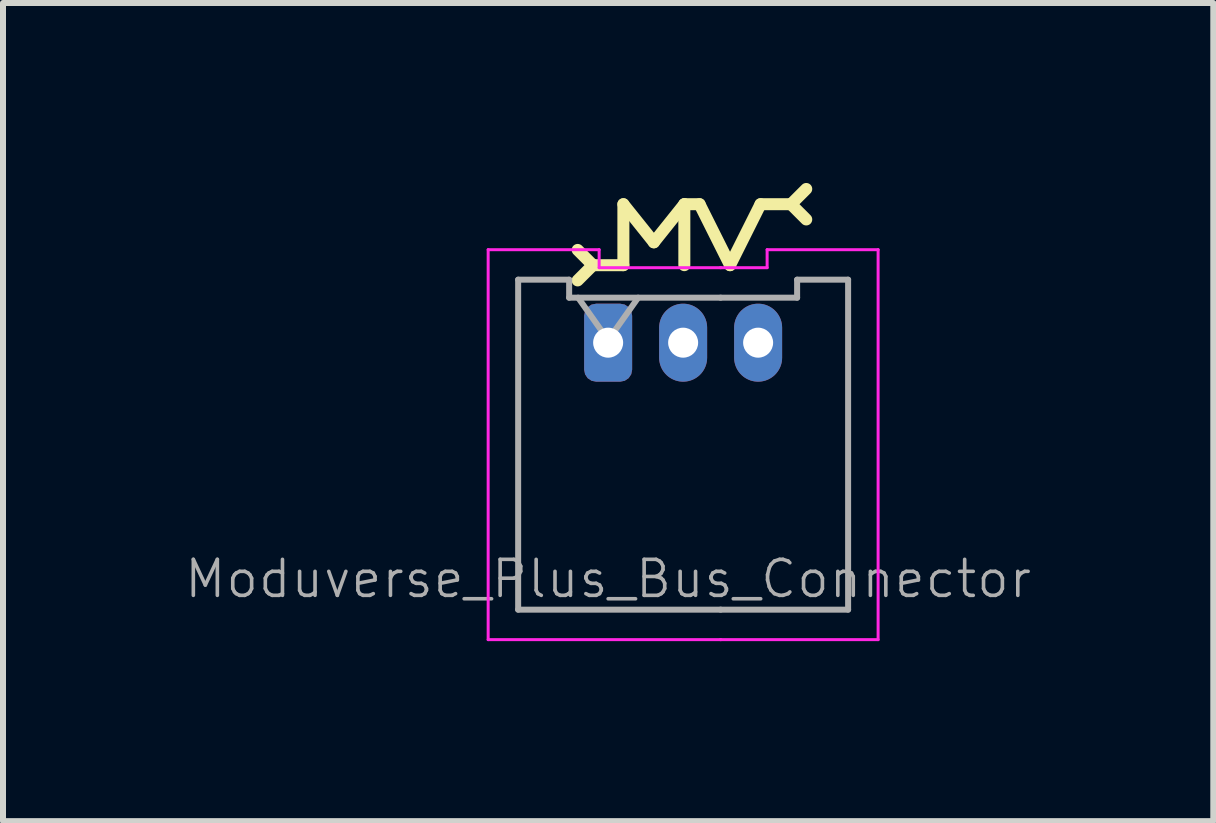
<source format=kicad_pcb>
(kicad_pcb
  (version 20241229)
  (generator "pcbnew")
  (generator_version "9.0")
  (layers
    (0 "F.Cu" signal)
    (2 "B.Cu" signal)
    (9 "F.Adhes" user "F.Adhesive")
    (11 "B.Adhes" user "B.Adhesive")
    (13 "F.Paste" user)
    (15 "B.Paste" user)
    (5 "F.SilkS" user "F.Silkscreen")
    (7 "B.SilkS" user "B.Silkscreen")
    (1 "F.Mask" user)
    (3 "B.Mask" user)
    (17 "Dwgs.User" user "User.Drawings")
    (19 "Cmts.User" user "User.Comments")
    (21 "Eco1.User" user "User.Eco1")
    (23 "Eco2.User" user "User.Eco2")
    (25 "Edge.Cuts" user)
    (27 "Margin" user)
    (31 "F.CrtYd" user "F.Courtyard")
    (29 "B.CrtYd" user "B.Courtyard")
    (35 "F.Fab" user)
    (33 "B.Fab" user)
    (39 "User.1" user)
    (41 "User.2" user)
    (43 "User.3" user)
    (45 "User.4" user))
  (footprint "Moduverse_Plus_Bus_Connector"
    (layer "F.Cu")
    (at 7.087 2.662)
    (property "Reference" "Moduverse_Plus_Bus_Connector" (at 0 3.937 0) (layer "F.Fab") (effects (font (size 0.6 0.6) (thickness 0.06))))
    (attr through_hole)
    (fp_line (start -0.508 -1.038) (end -0.254 -1.292) (stroke (width 0.2) (type default)) (layer "F.SilkS"))
    (fp_line (start -0.254 -1.292) (end -0.508 -1.546) (stroke (width 0.2) (type default)) (layer "F.SilkS"))
    (fp_line (start -0.254 -1.292) (end 0.254 -1.292) (stroke (width 0.2) (type default)) (layer "F.SilkS"))
    (fp_line (start 0.254 -2.308) (end 0.254 -1.292) (stroke (width 0.2) (type default)) (layer "F.SilkS"))
    (fp_line (start 0.254 -2.308) (end 0.762 -1.673) (stroke (width 0.2) (type default)) (layer "F.SilkS"))
    (fp_line (start 1.27 -2.308) (end 0.762 -1.673) (stroke (width 0.2) (type default)) (layer "F.SilkS"))
    (fp_line (start 1.27 -2.308) (end 1.27 -1.292) (stroke (width 0.2) (type default)) (layer "F.SilkS"))
    (fp_line (start 1.524 -2.308) (end 1.27 -2.308) (stroke (width 0.2) (type default)) (layer "F.SilkS"))
    (fp_line (start 1.524 -2.308) (end 2.032 -1.292) (stroke (width 0.2) (type default)) (layer "F.SilkS"))
    (fp_line (start 2.032 -1.292) (end 2.54 -2.308) (stroke (width 0.2) (type default)) (layer "F.SilkS"))
    (fp_line (start 3.048 -2.308) (end 2.54 -2.308) (stroke (width 0.2) (type default)) (layer "F.SilkS"))
    (fp_line (start 3.048 -2.308) (end 3.302 -2.054) (stroke (width 0.2) (type default)) (layer "F.SilkS"))
    (fp_line (start 3.302 -2.562) (end 3.048 -2.308) (stroke (width 0.2) (type default)) (layer "F.SilkS"))
    (fp_line (start -2 -1.55) (end -2 4.95) (stroke (width 0.05) (type solid)) (layer "F.CrtYd"))
    (fp_line (start -2 4.95) (end 1.88 4.95) (stroke (width 0.05) (type solid)) (layer "F.CrtYd"))
    (fp_line (start -0.15 -1.55) (end -2 -1.55) (stroke (width 0.05) (type solid)) (layer "F.CrtYd"))
    (fp_line (start -0.15 -1.25) (end -0.15 -1.55) (stroke (width 0.05) (type solid)) (layer "F.CrtYd"))
    (fp_line (start 1.87 -1.25) (end 2.65 -1.25) (stroke (width 0.05) (type solid)) (layer "F.CrtYd"))
    (fp_line (start 1.88 -1.25) (end -0.15 -1.25) (stroke (width 0.05) (type solid)) (layer "F.CrtYd"))
    (fp_line (start 2.65 -1.55) (end 4.5 -1.55) (stroke (width 0.05) (type solid)) (layer "F.CrtYd"))
    (fp_line (start 2.65 -1.25) (end 2.65 -1.55) (stroke (width 0.05) (type solid)) (layer "F.CrtYd"))
    (fp_line (start 4.5 -1.55) (end 4.5 4.95) (stroke (width 0.05) (type solid)) (layer "F.CrtYd"))
    (fp_line (start 4.5 4.95) (end 1.87 4.95) (stroke (width 0.05) (type solid)) (layer "F.CrtYd"))
    (fp_line (start -1.5 -1.05) (end -1.5 4.45) (stroke (width 0.1) (type solid)) (layer "F.Fab"))
    (fp_line (start -1.5 4.45) (end 1.875 4.45) (stroke (width 0.1) (type solid)) (layer "F.Fab"))
    (fp_line (start -0.65 -1.05) (end -1.5 -1.05) (stroke (width 0.1) (type solid)) (layer "F.Fab"))
    (fp_line (start -0.65 -0.75) (end -0.65 -1.05) (stroke (width 0.1) (type solid)) (layer "F.Fab"))
    (fp_line (start -0.5 -0.75) (end 0 -0.043) (stroke (width 0.1) (type solid)) (layer "F.Fab"))
    (fp_line (start 0 -0.043) (end 0.5 -0.75) (stroke (width 0.1) (type solid)) (layer "F.Fab"))
    (fp_line (start 1.875 -0.75) (end -0.65 -0.75) (stroke (width 0.1) (type solid)) (layer "F.Fab"))
    (fp_line (start 1.875 -0.75) (end 3.15 -0.75) (stroke (width 0.1) (type solid)) (layer "F.Fab"))
    (fp_line (start 3.15 -1.05) (end 4 -1.05) (stroke (width 0.1) (type solid)) (layer "F.Fab"))
    (fp_line (start 3.15 -0.75) (end 3.15 -1.05) (stroke (width 0.1) (type solid)) (layer "F.Fab"))
    (fp_line (start 4 -1.05) (end 4 4.45) (stroke (width 0.1) (type solid)) (layer "F.Fab"))
    (fp_line (start 4 4.45) (end 1.875 4.45) (stroke (width 0.1) (type solid)) (layer "F.Fab"))
    (pad "1" thru_hole roundrect (at 0 0) (size 0.8 1.3) (drill 0.5) (layers "*.Cu" "*.Mask") (roundrect_rratio 0.25))
    (pad "2" thru_hole oval (at 1.25 0) (size 0.8 1.3) (drill 0.5) (layers "*.Cu" "*.Mask"))
    (pad "3" thru_hole oval (at 2.5 0) (size 0.8 1.3) (drill 0.5) (layers "*.Cu" "*.Mask")))
  (gr_rect
    (start -3 -3)
    (end 17.174 10.637)
    (stroke (width 0.1) (type default))
    (fill no)
    (layer "Edge.Cuts")))
</source>
